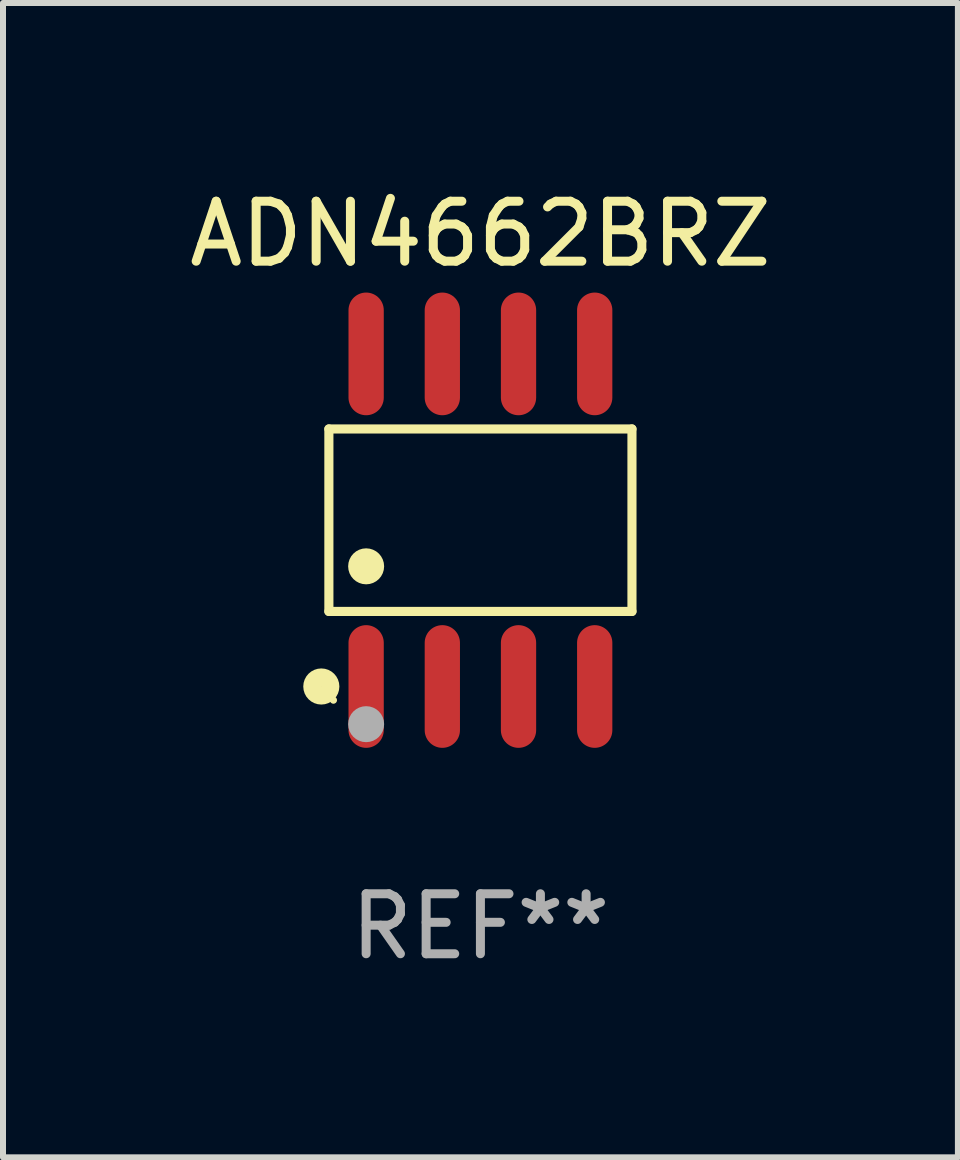
<source format=kicad_pcb>
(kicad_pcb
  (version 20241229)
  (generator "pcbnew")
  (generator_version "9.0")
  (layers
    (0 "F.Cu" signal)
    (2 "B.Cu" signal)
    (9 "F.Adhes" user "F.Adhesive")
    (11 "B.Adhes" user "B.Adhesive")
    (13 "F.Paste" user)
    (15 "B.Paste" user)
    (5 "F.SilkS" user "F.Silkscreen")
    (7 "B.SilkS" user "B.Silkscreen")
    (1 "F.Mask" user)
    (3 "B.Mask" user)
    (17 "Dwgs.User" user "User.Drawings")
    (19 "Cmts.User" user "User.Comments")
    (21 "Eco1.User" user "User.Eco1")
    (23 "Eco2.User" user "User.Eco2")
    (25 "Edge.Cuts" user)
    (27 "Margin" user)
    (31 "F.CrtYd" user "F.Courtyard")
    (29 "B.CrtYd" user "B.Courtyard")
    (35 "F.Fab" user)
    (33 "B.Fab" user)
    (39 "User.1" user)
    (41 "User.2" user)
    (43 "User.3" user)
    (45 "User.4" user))
  (footprint "ADN4662BRZ"
    (layer "F.Cu")
    (at 4.958 5.621)
    (property "Reference" "ADN4662BRZ" (at 0 -4.772 0) (layer "F.SilkS") (effects (font (size 1 1) (thickness 0.15))))
    (attr through_hole)
    (fp_line (start -2.526 -1.521) (end 2.526 -1.521) (stroke (width 0.152) (type solid)) (layer "F.SilkS"))
    (fp_line (start -2.526 1.521) (end -2.526 -1.521) (stroke (width 0.152) (type solid)) (layer "F.SilkS"))
    (fp_line (start 2.526 -1.521) (end 2.526 1.521) (stroke (width 0.152) (type solid)) (layer "F.SilkS"))
    (fp_line (start 2.526 1.521) (end -2.526 1.521) (stroke (width 0.152) (type solid)) (layer "F.SilkS"))
    (fp_circle (center -2.652 2.772) (end -2.501 2.772) (stroke (width 0.3) (type solid)) (fill no) (layer "F.SilkS"))
    (fp_circle (center -2.45 3) (end -2.42 3) (stroke (width 0.06) (type solid)) (fill no) (layer "F.SilkS"))
    (fp_circle (center -1.905 0.769) (end -1.755 0.769) (stroke (width 0.3) (type solid)) (fill no) (layer "F.SilkS"))
    (fp_circle (center -1.905 3.4) (end -1.755 3.4) (stroke (width 0.3) (type solid)) (fill no) (layer "F.Fab"))
    (fp_text user "REF**" (at 0 6.772 0) (layer "F.Fab") (effects (font (size 1 1) (thickness 0.15))))
    (pad "1" smd oval (at -1.905 2.772) (size 0.588 2.045) (layers "F.Cu" "F.Mask" "F.Paste"))
    (pad "2" smd oval (at -0.635 2.772) (size 0.588 2.045) (layers "F.Cu" "F.Mask" "F.Paste"))
    (pad "3" smd oval (at 0.635 2.772) (size 0.588 2.045) (layers "F.Cu" "F.Mask" "F.Paste"))
    (pad "4" smd oval (at 1.905 2.772) (size 0.588 2.045) (layers "F.Cu" "F.Mask" "F.Paste"))
    (pad "5" smd oval (at 1.905 -2.772) (size 0.588 2.045) (layers "F.Cu" "F.Mask" "F.Paste"))
    (pad "6" smd oval (at 0.635 -2.772) (size 0.588 2.045) (layers "F.Cu" "F.Mask" "F.Paste"))
    (pad "7" smd oval (at -0.635 -2.772) (size 0.588 2.045) (layers "F.Cu" "F.Mask" "F.Paste"))
    (pad "8" smd oval (at -1.905 -2.772) (size 0.588 2.045) (layers "F.Cu" "F.Mask" "F.Paste")))
  (gr_rect
    (start -3 -3)
    (end 12.917 16.241)
    (stroke (width 0.1) (type default))
    (fill no)
    (layer "Edge.Cuts")))
</source>
